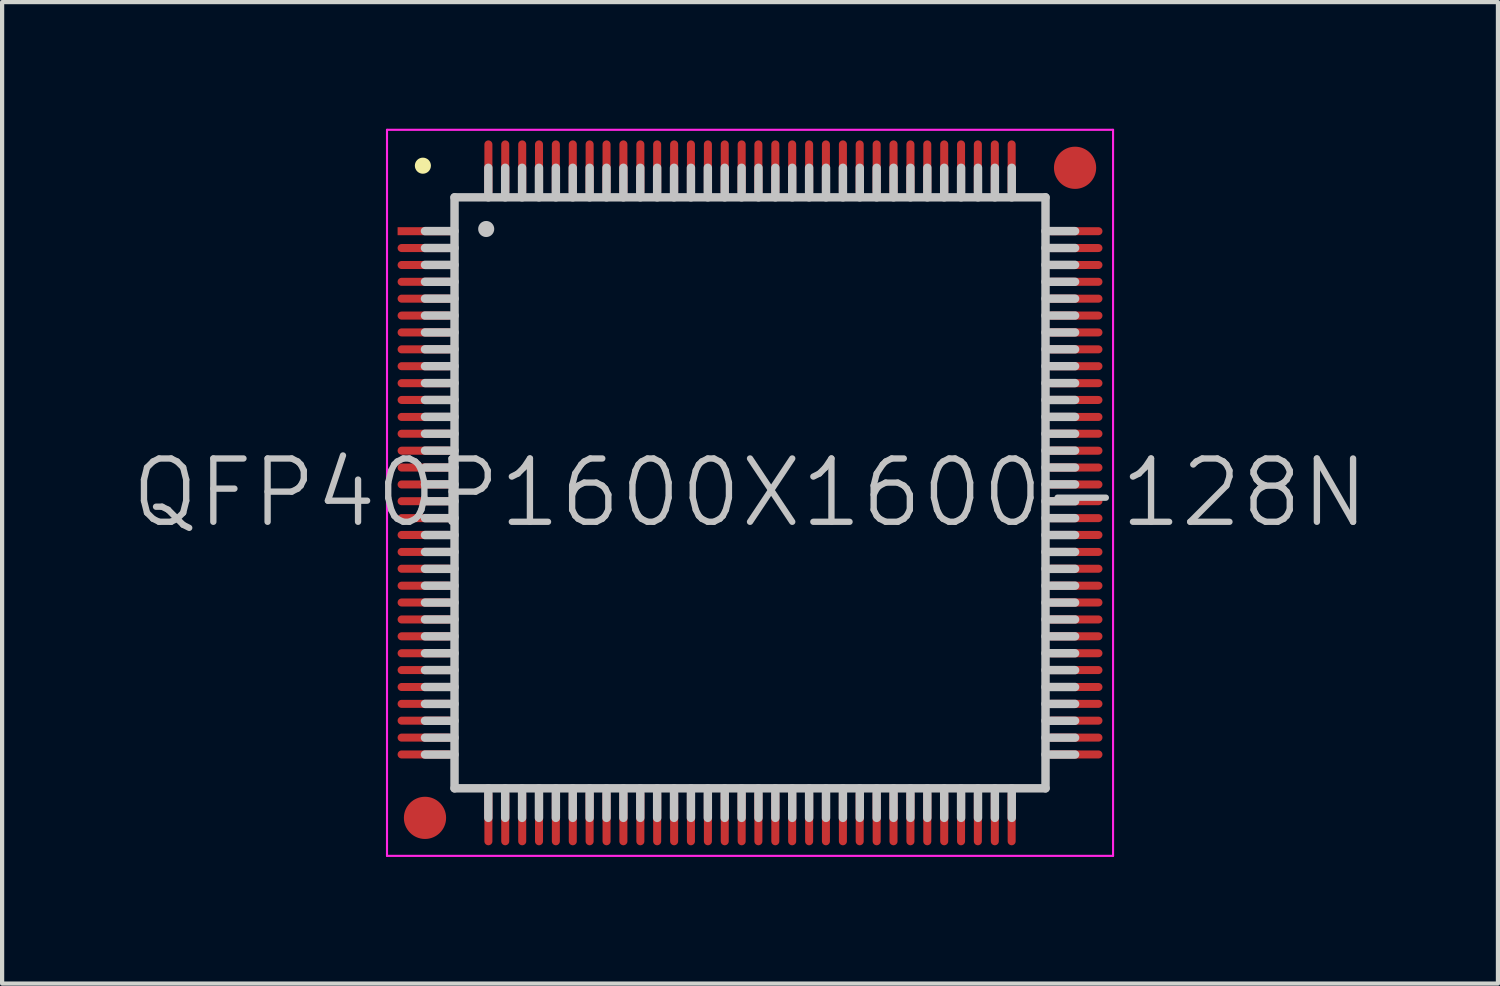
<source format=kicad_pcb>
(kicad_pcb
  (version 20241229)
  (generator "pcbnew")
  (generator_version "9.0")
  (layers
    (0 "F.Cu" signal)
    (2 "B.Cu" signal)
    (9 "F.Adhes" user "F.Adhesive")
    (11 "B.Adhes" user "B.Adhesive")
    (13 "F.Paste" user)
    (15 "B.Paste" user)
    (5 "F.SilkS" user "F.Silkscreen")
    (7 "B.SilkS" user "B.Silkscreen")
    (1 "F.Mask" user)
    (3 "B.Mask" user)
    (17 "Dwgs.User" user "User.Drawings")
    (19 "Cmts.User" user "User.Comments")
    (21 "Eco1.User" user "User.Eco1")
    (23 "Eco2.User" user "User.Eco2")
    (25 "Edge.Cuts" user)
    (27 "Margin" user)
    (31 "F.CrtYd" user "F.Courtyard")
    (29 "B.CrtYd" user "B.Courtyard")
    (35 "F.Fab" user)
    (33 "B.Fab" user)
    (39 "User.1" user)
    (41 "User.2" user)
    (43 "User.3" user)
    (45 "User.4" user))
  (footprint "QFP40P1600X1600-128N"
    (layer "F.Cu")
    (at 14.718 8.625)
    (property "Reference" "QFP40P1600X1600-128N" (at 0 0 0) (layer "Dwgs.User") (effects (font (size 1.5 1.5) (thickness 0.15))))
    (attr smd)
    (fp_line (start -7.75 -7.75) (end -7.75 -7.75) (stroke (width 0.381) (type solid)) (layer "F.SilkS"))
    (fp_line (start -7 -7) (end -7 7) (stroke (width 0.2) (type solid)) (layer "Dwgs.User"))
    (fp_line (start -7 -7) (end 7 -7) (stroke (width 0.2) (type solid)) (layer "Dwgs.User"))
    (fp_line (start -7 -6.2) (end -7.7 -6.2) (stroke (width 0.2) (type solid)) (layer "Dwgs.User"))
    (fp_line (start -7 -5.8) (end -7.7 -5.8) (stroke (width 0.2) (type solid)) (layer "Dwgs.User"))
    (fp_line (start -7 -5.4) (end -7.7 -5.4) (stroke (width 0.2) (type solid)) (layer "Dwgs.User"))
    (fp_line (start -7 -5) (end -7.7 -5) (stroke (width 0.2) (type solid)) (layer "Dwgs.User"))
    (fp_line (start -7 -4.6) (end -7.7 -4.6) (stroke (width 0.2) (type solid)) (layer "Dwgs.User"))
    (fp_line (start -7 -4.2) (end -7.7 -4.2) (stroke (width 0.2) (type solid)) (layer "Dwgs.User"))
    (fp_line (start -7 -3.8) (end -7.7 -3.8) (stroke (width 0.2) (type solid)) (layer "Dwgs.User"))
    (fp_line (start -7 -3.4) (end -7.7 -3.4) (stroke (width 0.2) (type solid)) (layer "Dwgs.User"))
    (fp_line (start -7 -3) (end -7.7 -3) (stroke (width 0.2) (type solid)) (layer "Dwgs.User"))
    (fp_line (start -7 -2.6) (end -7.7 -2.6) (stroke (width 0.2) (type solid)) (layer "Dwgs.User"))
    (fp_line (start -7 -2.2) (end -7.7 -2.2) (stroke (width 0.2) (type solid)) (layer "Dwgs.User"))
    (fp_line (start -7 -1.8) (end -7.7 -1.8) (stroke (width 0.2) (type solid)) (layer "Dwgs.User"))
    (fp_line (start -7 -1.4) (end -7.7 -1.4) (stroke (width 0.2) (type solid)) (layer "Dwgs.User"))
    (fp_line (start -7 -1) (end -7.7 -1) (stroke (width 0.2) (type solid)) (layer "Dwgs.User"))
    (fp_line (start -7 -0.6) (end -7.7 -0.6) (stroke (width 0.2) (type solid)) (layer "Dwgs.User"))
    (fp_line (start -7 -0.2) (end -7.7 -0.2) (stroke (width 0.2) (type solid)) (layer "Dwgs.User"))
    (fp_line (start -7 0.2) (end -7.7 0.2) (stroke (width 0.2) (type solid)) (layer "Dwgs.User"))
    (fp_line (start -7 0.6) (end -7.7 0.6) (stroke (width 0.2) (type solid)) (layer "Dwgs.User"))
    (fp_line (start -7 1) (end -7.7 1) (stroke (width 0.2) (type solid)) (layer "Dwgs.User"))
    (fp_line (start -7 1.4) (end -7.7 1.4) (stroke (width 0.2) (type solid)) (layer "Dwgs.User"))
    (fp_line (start -7 1.8) (end -7.7 1.8) (stroke (width 0.2) (type solid)) (layer "Dwgs.User"))
    (fp_line (start -7 2.2) (end -7.7 2.2) (stroke (width 0.2) (type solid)) (layer "Dwgs.User"))
    (fp_line (start -7 2.6) (end -7.7 2.6) (stroke (width 0.2) (type solid)) (layer "Dwgs.User"))
    (fp_line (start -7 3) (end -7.7 3) (stroke (width 0.2) (type solid)) (layer "Dwgs.User"))
    (fp_line (start -7 3.4) (end -7.7 3.4) (stroke (width 0.2) (type solid)) (layer "Dwgs.User"))
    (fp_line (start -7 3.8) (end -7.7 3.8) (stroke (width 0.2) (type solid)) (layer "Dwgs.User"))
    (fp_line (start -7 4.2) (end -7.7 4.2) (stroke (width 0.2) (type solid)) (layer "Dwgs.User"))
    (fp_line (start -7 4.6) (end -7.7 4.6) (stroke (width 0.2) (type solid)) (layer "Dwgs.User"))
    (fp_line (start -7 5) (end -7.7 5) (stroke (width 0.2) (type solid)) (layer "Dwgs.User"))
    (fp_line (start -7 5.4) (end -7.7 5.4) (stroke (width 0.2) (type solid)) (layer "Dwgs.User"))
    (fp_line (start -7 5.8) (end -7.7 5.8) (stroke (width 0.2) (type solid)) (layer "Dwgs.User"))
    (fp_line (start -7 6.2) (end -7.7 6.2) (stroke (width 0.2) (type solid)) (layer "Dwgs.User"))
    (fp_line (start -7 7) (end 7 7) (stroke (width 0.2) (type solid)) (layer "Dwgs.User"))
    (fp_line (start -6.25 -6.25) (end -6.25 -6.25) (stroke (width 0.381) (type solid)) (layer "Dwgs.User"))
    (fp_line (start -6.2 -7) (end -6.2 -7.7) (stroke (width 0.2) (type solid)) (layer "Dwgs.User"))
    (fp_line (start -6.2 7.7) (end -6.2 7) (stroke (width 0.2) (type solid)) (layer "Dwgs.User"))
    (fp_line (start -5.8 -7) (end -5.8 -7.7) (stroke (width 0.2) (type solid)) (layer "Dwgs.User"))
    (fp_line (start -5.8 7.7) (end -5.8 7) (stroke (width 0.2) (type solid)) (layer "Dwgs.User"))
    (fp_line (start -5.4 -7) (end -5.4 -7.7) (stroke (width 0.2) (type solid)) (layer "Dwgs.User"))
    (fp_line (start -5.4 7.7) (end -5.4 7) (stroke (width 0.2) (type solid)) (layer "Dwgs.User"))
    (fp_line (start -5 -7) (end -5 -7.7) (stroke (width 0.2) (type solid)) (layer "Dwgs.User"))
    (fp_line (start -5 7.7) (end -5 7) (stroke (width 0.2) (type solid)) (layer "Dwgs.User"))
    (fp_line (start -4.6 -7) (end -4.6 -7.7) (stroke (width 0.2) (type solid)) (layer "Dwgs.User"))
    (fp_line (start -4.6 7.7) (end -4.6 7) (stroke (width 0.2) (type solid)) (layer "Dwgs.User"))
    (fp_line (start -4.2 -7) (end -4.2 -7.7) (stroke (width 0.2) (type solid)) (layer "Dwgs.User"))
    (fp_line (start -4.2 7.7) (end -4.2 7) (stroke (width 0.2) (type solid)) (layer "Dwgs.User"))
    (fp_line (start -3.8 -7) (end -3.8 -7.7) (stroke (width 0.2) (type solid)) (layer "Dwgs.User"))
    (fp_line (start -3.8 7.7) (end -3.8 7) (stroke (width 0.2) (type solid)) (layer "Dwgs.User"))
    (fp_line (start -3.4 -7) (end -3.4 -7.7) (stroke (width 0.2) (type solid)) (layer "Dwgs.User"))
    (fp_line (start -3.4 7.7) (end -3.4 7) (stroke (width 0.2) (type solid)) (layer "Dwgs.User"))
    (fp_line (start -3 -7) (end -3 -7.7) (stroke (width 0.2) (type solid)) (layer "Dwgs.User"))
    (fp_line (start -3 7.7) (end -3 7) (stroke (width 0.2) (type solid)) (layer "Dwgs.User"))
    (fp_line (start -2.6 -7) (end -2.6 -7.7) (stroke (width 0.2) (type solid)) (layer "Dwgs.User"))
    (fp_line (start -2.6 7.7) (end -2.6 7) (stroke (width 0.2) (type solid)) (layer "Dwgs.User"))
    (fp_line (start -2.2 -7) (end -2.2 -7.7) (stroke (width 0.2) (type solid)) (layer "Dwgs.User"))
    (fp_line (start -2.2 7.7) (end -2.2 7) (stroke (width 0.2) (type solid)) (layer "Dwgs.User"))
    (fp_line (start -1.8 -7) (end -1.8 -7.7) (stroke (width 0.2) (type solid)) (layer "Dwgs.User"))
    (fp_line (start -1.8 7.7) (end -1.8 7) (stroke (width 0.2) (type solid)) (layer "Dwgs.User"))
    (fp_line (start -1.4 -7) (end -1.4 -7.7) (stroke (width 0.2) (type solid)) (layer "Dwgs.User"))
    (fp_line (start -1.4 7.7) (end -1.4 7) (stroke (width 0.2) (type solid)) (layer "Dwgs.User"))
    (fp_line (start -1 -7) (end -1 -7.7) (stroke (width 0.2) (type solid)) (layer "Dwgs.User"))
    (fp_line (start -1 7.7) (end -1 7) (stroke (width 0.2) (type solid)) (layer "Dwgs.User"))
    (fp_line (start -0.6 -7) (end -0.6 -7.7) (stroke (width 0.2) (type solid)) (layer "Dwgs.User"))
    (fp_line (start -0.6 7.7) (end -0.6 7) (stroke (width 0.2) (type solid)) (layer "Dwgs.User"))
    (fp_line (start -0.2 -7) (end -0.2 -7.7) (stroke (width 0.2) (type solid)) (layer "Dwgs.User"))
    (fp_line (start -0.2 7.7) (end -0.2 7) (stroke (width 0.2) (type solid)) (layer "Dwgs.User"))
    (fp_line (start 0.2 -7) (end 0.2 -7.7) (stroke (width 0.2) (type solid)) (layer "Dwgs.User"))
    (fp_line (start 0.2 7.7) (end 0.2 7) (stroke (width 0.2) (type solid)) (layer "Dwgs.User"))
    (fp_line (start 0.6 -7) (end 0.6 -7.7) (stroke (width 0.2) (type solid)) (layer "Dwgs.User"))
    (fp_line (start 0.6 7.7) (end 0.6 7) (stroke (width 0.2) (type solid)) (layer "Dwgs.User"))
    (fp_line (start 1 -7) (end 1 -7.7) (stroke (width 0.2) (type solid)) (layer "Dwgs.User"))
    (fp_line (start 1 7.7) (end 1 7) (stroke (width 0.2) (type solid)) (layer "Dwgs.User"))
    (fp_line (start 1.4 -7) (end 1.4 -7.7) (stroke (width 0.2) (type solid)) (layer "Dwgs.User"))
    (fp_line (start 1.4 7.7) (end 1.4 7) (stroke (width 0.2) (type solid)) (layer "Dwgs.User"))
    (fp_line (start 1.8 -7) (end 1.8 -7.7) (stroke (width 0.2) (type solid)) (layer "Dwgs.User"))
    (fp_line (start 1.8 7.7) (end 1.8 7) (stroke (width 0.2) (type solid)) (layer "Dwgs.User"))
    (fp_line (start 2.2 -7) (end 2.2 -7.7) (stroke (width 0.2) (type solid)) (layer "Dwgs.User"))
    (fp_line (start 2.2 7.7) (end 2.2 7) (stroke (width 0.2) (type solid)) (layer "Dwgs.User"))
    (fp_line (start 2.6 -7) (end 2.6 -7.7) (stroke (width 0.2) (type solid)) (layer "Dwgs.User"))
    (fp_line (start 2.6 7.7) (end 2.6 7) (stroke (width 0.2) (type solid)) (layer "Dwgs.User"))
    (fp_line (start 3 -7) (end 3 -7.7) (stroke (width 0.2) (type solid)) (layer "Dwgs.User"))
    (fp_line (start 3 7.7) (end 3 7) (stroke (width 0.2) (type solid)) (layer "Dwgs.User"))
    (fp_line (start 3.4 -7) (end 3.4 -7.7) (stroke (width 0.2) (type solid)) (layer "Dwgs.User"))
    (fp_line (start 3.4 7.7) (end 3.4 7) (stroke (width 0.2) (type solid)) (layer "Dwgs.User"))
    (fp_line (start 3.8 -7) (end 3.8 -7.7) (stroke (width 0.2) (type solid)) (layer "Dwgs.User"))
    (fp_line (start 3.8 7.7) (end 3.8 7) (stroke (width 0.2) (type solid)) (layer "Dwgs.User"))
    (fp_line (start 4.2 -7) (end 4.2 -7.7) (stroke (width 0.2) (type solid)) (layer "Dwgs.User"))
    (fp_line (start 4.2 7.7) (end 4.2 7) (stroke (width 0.2) (type solid)) (layer "Dwgs.User"))
    (fp_line (start 4.6 -7) (end 4.6 -7.7) (stroke (width 0.2) (type solid)) (layer "Dwgs.User"))
    (fp_line (start 4.6 7.7) (end 4.6 7) (stroke (width 0.2) (type solid)) (layer "Dwgs.User"))
    (fp_line (start 5 -7) (end 5 -7.7) (stroke (width 0.2) (type solid)) (layer "Dwgs.User"))
    (fp_line (start 5 7.7) (end 5 7) (stroke (width 0.2) (type solid)) (layer "Dwgs.User"))
    (fp_line (start 5.4 -7) (end 5.4 -7.7) (stroke (width 0.2) (type solid)) (layer "Dwgs.User"))
    (fp_line (start 5.4 7.7) (end 5.4 7) (stroke (width 0.2) (type solid)) (layer "Dwgs.User"))
    (fp_line (start 5.8 -7) (end 5.8 -7.7) (stroke (width 0.2) (type solid)) (layer "Dwgs.User"))
    (fp_line (start 5.8 7.7) (end 5.8 7) (stroke (width 0.2) (type solid)) (layer "Dwgs.User"))
    (fp_line (start 6.2 -7) (end 6.2 -7.7) (stroke (width 0.2) (type solid)) (layer "Dwgs.User"))
    (fp_line (start 6.2 7.7) (end 6.2 7) (stroke (width 0.2) (type solid)) (layer "Dwgs.User"))
    (fp_line (start 7 -7) (end 7 7) (stroke (width 0.2) (type solid)) (layer "Dwgs.User"))
    (fp_line (start 7.7 -6.2) (end 7 -6.2) (stroke (width 0.2) (type solid)) (layer "Dwgs.User"))
    (fp_line (start 7.7 -5.8) (end 7 -5.8) (stroke (width 0.2) (type solid)) (layer "Dwgs.User"))
    (fp_line (start 7.7 -5.4) (end 7 -5.4) (stroke (width 0.2) (type solid)) (layer "Dwgs.User"))
    (fp_line (start 7.7 -5) (end 7 -5) (stroke (width 0.2) (type solid)) (layer "Dwgs.User"))
    (fp_line (start 7.7 -4.6) (end 7 -4.6) (stroke (width 0.2) (type solid)) (layer "Dwgs.User"))
    (fp_line (start 7.7 -4.2) (end 7 -4.2) (stroke (width 0.2) (type solid)) (layer "Dwgs.User"))
    (fp_line (start 7.7 -3.8) (end 7 -3.8) (stroke (width 0.2) (type solid)) (layer "Dwgs.User"))
    (fp_line (start 7.7 -3.4) (end 7 -3.4) (stroke (width 0.2) (type solid)) (layer "Dwgs.User"))
    (fp_line (start 7.7 -3) (end 7 -3) (stroke (width 0.2) (type solid)) (layer "Dwgs.User"))
    (fp_line (start 7.7 -2.6) (end 7 -2.6) (stroke (width 0.2) (type solid)) (layer "Dwgs.User"))
    (fp_line (start 7.7 -2.2) (end 7 -2.2) (stroke (width 0.2) (type solid)) (layer "Dwgs.User"))
    (fp_line (start 7.7 -1.8) (end 7 -1.8) (stroke (width 0.2) (type solid)) (layer "Dwgs.User"))
    (fp_line (start 7.7 -1.4) (end 7 -1.4) (stroke (width 0.2) (type solid)) (layer "Dwgs.User"))
    (fp_line (start 7.7 -1) (end 7 -1) (stroke (width 0.2) (type solid)) (layer "Dwgs.User"))
    (fp_line (start 7.7 -0.6) (end 7 -0.6) (stroke (width 0.2) (type solid)) (layer "Dwgs.User"))
    (fp_line (start 7.7 -0.2) (end 7 -0.2) (stroke (width 0.2) (type solid)) (layer "Dwgs.User"))
    (fp_line (start 7.7 0.2) (end 7 0.2) (stroke (width 0.2) (type solid)) (layer "Dwgs.User"))
    (fp_line (start 7.7 0.6) (end 7 0.6) (stroke (width 0.2) (type solid)) (layer "Dwgs.User"))
    (fp_line (start 7.7 1) (end 7 1) (stroke (width 0.2) (type solid)) (layer "Dwgs.User"))
    (fp_line (start 7.7 1.4) (end 7 1.4) (stroke (width 0.2) (type solid)) (layer "Dwgs.User"))
    (fp_line (start 7.7 1.8) (end 7 1.8) (stroke (width 0.2) (type solid)) (layer "Dwgs.User"))
    (fp_line (start 7.7 2.2) (end 7 2.2) (stroke (width 0.2) (type solid)) (layer "Dwgs.User"))
    (fp_line (start 7.7 2.6) (end 7 2.6) (stroke (width 0.2) (type solid)) (layer "Dwgs.User"))
    (fp_line (start 7.7 3) (end 7 3) (stroke (width 0.2) (type solid)) (layer "Dwgs.User"))
    (fp_line (start 7.7 3.4) (end 7 3.4) (stroke (width 0.2) (type solid)) (layer "Dwgs.User"))
    (fp_line (start 7.7 3.8) (end 7 3.8) (stroke (width 0.2) (type solid)) (layer "Dwgs.User"))
    (fp_line (start 7.7 4.2) (end 7 4.2) (stroke (width 0.2) (type solid)) (layer "Dwgs.User"))
    (fp_line (start 7.7 4.6) (end 7 4.6) (stroke (width 0.2) (type solid)) (layer "Dwgs.User"))
    (fp_line (start 7.7 5) (end 7 5) (stroke (width 0.2) (type solid)) (layer "Dwgs.User"))
    (fp_line (start 7.7 5.4) (end 7 5.4) (stroke (width 0.2) (type solid)) (layer "Dwgs.User"))
    (fp_line (start 7.7 5.8) (end 7 5.8) (stroke (width 0.2) (type solid)) (layer "Dwgs.User"))
    (fp_line (start 7.7 6.2) (end 7 6.2) (stroke (width 0.2) (type solid)) (layer "Dwgs.User"))
    (fp_line (start -8.6 -8.6) (end -8.6 8.6) (stroke (width 0.05) (type solid)) (layer "F.CrtYd"))
    (fp_line (start -8.6 -8.6) (end 8.6 -8.6) (stroke (width 0.05) (type solid)) (layer "F.CrtYd"))
    (fp_line (start -8.6 8.6) (end 8.6 8.6) (stroke (width 0.05) (type solid)) (layer "F.CrtYd"))
    (fp_line (start 8.6 -8.6) (end 8.6 8.6) (stroke (width 0.05) (type solid)) (layer "F.CrtYd"))
    (pad "" smd circle (at -7.7 7.7) (size 1 1) (layers "F.Cu" "F.Mask"))
    (pad "" smd circle (at 7.7 -7.7) (size 1 1) (layers "F.Cu" "F.Mask"))
    (pad "1" smd rect (at -7.699 -6.198 90) (size 0.19 1.3) (layers "F.Cu" "F.Mask" "F.Paste"))
    (pad "2" smd oval (at -7.699 -5.799 90) (size 0.19 1.3) (layers "F.Cu" "F.Mask" "F.Paste"))
    (pad "3" smd oval (at -7.699 -5.397 90) (size 0.19 1.3) (layers "F.Cu" "F.Mask" "F.Paste"))
    (pad "4" smd oval (at -7.699 -4.999 90) (size 0.19 1.3) (layers "F.Cu" "F.Mask" "F.Paste"))
    (pad "5" smd oval (at -7.699 -4.6 90) (size 0.19 1.3) (layers "F.Cu" "F.Mask" "F.Paste"))
    (pad "6" smd oval (at -7.699 -4.199 90) (size 0.19 1.3) (layers "F.Cu" "F.Mask" "F.Paste"))
    (pad "7" smd oval (at -7.699 -3.8 90) (size 0.19 1.3) (layers "F.Cu" "F.Mask" "F.Paste"))
    (pad "8" smd oval (at -7.699 -3.399 90) (size 0.19 1.3) (layers "F.Cu" "F.Mask" "F.Paste"))
    (pad "9" smd oval (at -7.699 -3 90) (size 0.19 1.3) (layers "F.Cu" "F.Mask" "F.Paste"))
    (pad "10" smd oval (at -7.699 -2.598 90) (size 0.19 1.3) (layers "F.Cu" "F.Mask" "F.Paste"))
    (pad "11" smd oval (at -7.699 -2.2 90) (size 0.19 1.3) (layers "F.Cu" "F.Mask" "F.Paste"))
    (pad "12" smd oval (at -7.699 -1.798 90) (size 0.19 1.3) (layers "F.Cu" "F.Mask" "F.Paste"))
    (pad "13" smd oval (at -7.699 -1.4 90) (size 0.19 1.3) (layers "F.Cu" "F.Mask" "F.Paste"))
    (pad "14" smd oval (at -7.699 -0.998 90) (size 0.19 1.3) (layers "F.Cu" "F.Mask" "F.Paste"))
    (pad "15" smd oval (at -7.699 -0.599 90) (size 0.19 1.3) (layers "F.Cu" "F.Mask" "F.Paste"))
    (pad "16" smd oval (at -7.699 -0.198 90) (size 0.19 1.3) (layers "F.Cu" "F.Mask" "F.Paste"))
    (pad "17" smd oval (at -7.699 0.198 90) (size 0.19 1.3) (layers "F.Cu" "F.Mask" "F.Paste"))
    (pad "18" smd oval (at -7.699 0.599 90) (size 0.19 1.3) (layers "F.Cu" "F.Mask" "F.Paste"))
    (pad "19" smd oval (at -7.699 0.998 90) (size 0.19 1.3) (layers "F.Cu" "F.Mask" "F.Paste"))
    (pad "20" smd oval (at -7.699 1.4 90) (size 0.19 1.3) (layers "F.Cu" "F.Mask" "F.Paste"))
    (pad "21" smd oval (at -7.699 1.798 90) (size 0.19 1.3) (layers "F.Cu" "F.Mask" "F.Paste"))
    (pad "22" smd oval (at -7.699 2.2 90) (size 0.19 1.3) (layers "F.Cu" "F.Mask" "F.Paste"))
    (pad "23" smd oval (at -7.699 2.598 90) (size 0.19 1.3) (layers "F.Cu" "F.Mask" "F.Paste"))
    (pad "24" smd oval (at -7.699 3 90) (size 0.19 1.3) (layers "F.Cu" "F.Mask" "F.Paste"))
    (pad "25" smd oval (at -7.699 3.399 90) (size 0.19 1.3) (layers "F.Cu" "F.Mask" "F.Paste"))
    (pad "26" smd oval (at -7.699 3.8 90) (size 0.19 1.3) (layers "F.Cu" "F.Mask" "F.Paste"))
    (pad "27" smd oval (at -7.699 4.199 90) (size 0.19 1.3) (layers "F.Cu" "F.Mask" "F.Paste"))
    (pad "28" smd oval (at -7.699 4.6 90) (size 0.19 1.3) (layers "F.Cu" "F.Mask" "F.Paste"))
    (pad "29" smd oval (at -7.699 4.999 90) (size 0.19 1.3) (layers "F.Cu" "F.Mask" "F.Paste"))
    (pad "30" smd oval (at -7.699 5.397 90) (size 0.19 1.3) (layers "F.Cu" "F.Mask" "F.Paste"))
    (pad "31" smd oval (at -7.699 5.799 90) (size 0.19 1.3) (layers "F.Cu" "F.Mask" "F.Paste"))
    (pad "32" smd oval (at -7.699 6.198 90) (size 0.19 1.3) (layers "F.Cu" "F.Mask" "F.Paste"))
    (pad "33" smd oval (at -6.198 7.699 180) (size 0.19 1.3) (layers "F.Cu" "F.Mask" "F.Paste"))
    (pad "34" smd oval (at -5.799 7.699 180) (size 0.19 1.3) (layers "F.Cu" "F.Mask" "F.Paste"))
    (pad "35" smd oval (at -5.397 7.699 180) (size 0.19 1.3) (layers "F.Cu" "F.Mask" "F.Paste"))
    (pad "36" smd oval (at -4.999 7.699 180) (size 0.19 1.3) (layers "F.Cu" "F.Mask" "F.Paste"))
    (pad "37" smd oval (at -4.6 7.699 180) (size 0.19 1.3) (layers "F.Cu" "F.Mask" "F.Paste"))
    (pad "38" smd oval (at -4.199 7.699 180) (size 0.19 1.3) (layers "F.Cu" "F.Mask" "F.Paste"))
    (pad "39" smd oval (at -3.8 7.699 180) (size 0.19 1.3) (layers "F.Cu" "F.Mask" "F.Paste"))
    (pad "40" smd oval (at -3.399 7.699 180) (size 0.19 1.3) (layers "F.Cu" "F.Mask" "F.Paste"))
    (pad "41" smd oval (at -3 7.699 180) (size 0.19 1.3) (layers "F.Cu" "F.Mask" "F.Paste"))
    (pad "42" smd oval (at -2.598 7.699 180) (size 0.19 1.3) (layers "F.Cu" "F.Mask" "F.Paste"))
    (pad "43" smd oval (at -2.2 7.699 180) (size 0.19 1.3) (layers "F.Cu" "F.Mask" "F.Paste"))
    (pad "44" smd oval (at -1.798 7.699 180) (size 0.19 1.3) (layers "F.Cu" "F.Mask" "F.Paste"))
    (pad "45" smd oval (at -1.4 7.699 180) (size 0.19 1.3) (layers "F.Cu" "F.Mask" "F.Paste"))
    (pad "46" smd oval (at -0.998 7.699 180) (size 0.19 1.3) (layers "F.Cu" "F.Mask" "F.Paste"))
    (pad "47" smd oval (at -0.599 7.699 180) (size 0.19 1.3) (layers "F.Cu" "F.Mask" "F.Paste"))
    (pad "48" smd oval (at -0.198 7.699 180) (size 0.19 1.3) (layers "F.Cu" "F.Mask" "F.Paste"))
    (pad "49" smd oval (at 0.198 7.699 180) (size 0.19 1.3) (layers "F.Cu" "F.Mask" "F.Paste"))
    (pad "50" smd oval (at 0.599 7.699 180) (size 0.19 1.3) (layers "F.Cu" "F.Mask" "F.Paste"))
    (pad "51" smd oval (at 0.998 7.699 180) (size 0.19 1.3) (layers "F.Cu" "F.Mask" "F.Paste"))
    (pad "52" smd oval (at 1.4 7.699 180) (size 0.19 1.3) (layers "F.Cu" "F.Mask" "F.Paste"))
    (pad "53" smd oval (at 1.798 7.699 180) (size 0.19 1.3) (layers "F.Cu" "F.Mask" "F.Paste"))
    (pad "54" smd oval (at 2.2 7.699 180) (size 0.19 1.3) (layers "F.Cu" "F.Mask" "F.Paste"))
    (pad "55" smd oval (at 2.598 7.699 180) (size 0.19 1.3) (layers "F.Cu" "F.Mask" "F.Paste"))
    (pad "56" smd oval (at 3 7.699 180) (size 0.19 1.3) (layers "F.Cu" "F.Mask" "F.Paste"))
    (pad "57" smd oval (at 3.399 7.699 180) (size 0.19 1.3) (layers "F.Cu" "F.Mask" "F.Paste"))
    (pad "58" smd oval (at 3.8 7.699 180) (size 0.19 1.3) (layers "F.Cu" "F.Mask" "F.Paste"))
    (pad "59" smd oval (at 4.199 7.699 180) (size 0.19 1.3) (layers "F.Cu" "F.Mask" "F.Paste"))
    (pad "60" smd oval (at 4.6 7.699 180) (size 0.19 1.3) (layers "F.Cu" "F.Mask" "F.Paste"))
    (pad "61" smd oval (at 4.999 7.699 180) (size 0.19 1.3) (layers "F.Cu" "F.Mask" "F.Paste"))
    (pad "62" smd oval (at 5.397 7.699 180) (size 0.19 1.3) (layers "F.Cu" "F.Mask" "F.Paste"))
    (pad "63" smd oval (at 5.799 7.699 180) (size 0.19 1.3) (layers "F.Cu" "F.Mask" "F.Paste"))
    (pad "64" smd oval (at 6.198 7.699 180) (size 0.19 1.3) (layers "F.Cu" "F.Mask" "F.Paste"))
    (pad "65" smd oval (at 7.699 6.198 270) (size 0.19 1.3) (layers "F.Cu" "F.Mask" "F.Paste"))
    (pad "66" smd oval (at 7.699 5.799 270) (size 0.19 1.3) (layers "F.Cu" "F.Mask" "F.Paste"))
    (pad "67" smd oval (at 7.699 5.397 270) (size 0.19 1.3) (layers "F.Cu" "F.Mask" "F.Paste"))
    (pad "68" smd oval (at 7.699 4.999 270) (size 0.19 1.3) (layers "F.Cu" "F.Mask" "F.Paste"))
    (pad "69" smd oval (at 7.699 4.6 270) (size 0.19 1.3) (layers "F.Cu" "F.Mask" "F.Paste"))
    (pad "70" smd oval (at 7.699 4.199 270) (size 0.19 1.3) (layers "F.Cu" "F.Mask" "F.Paste"))
    (pad "71" smd oval (at 7.699 3.8 270) (size 0.19 1.3) (layers "F.Cu" "F.Mask" "F.Paste"))
    (pad "72" smd oval (at 7.699 3.399 270) (size 0.19 1.3) (layers "F.Cu" "F.Mask" "F.Paste"))
    (pad "73" smd oval (at 7.699 3 270) (size 0.19 1.3) (layers "F.Cu" "F.Mask" "F.Paste"))
    (pad "74" smd oval (at 7.699 2.598 270) (size 0.19 1.3) (layers "F.Cu" "F.Mask" "F.Paste"))
    (pad "75" smd oval (at 7.699 2.2 270) (size 0.19 1.3) (layers "F.Cu" "F.Mask" "F.Paste"))
    (pad "76" smd oval (at 7.699 1.798 270) (size 0.19 1.3) (layers "F.Cu" "F.Mask" "F.Paste"))
    (pad "77" smd oval (at 7.699 1.4 270) (size 0.19 1.3) (layers "F.Cu" "F.Mask" "F.Paste"))
    (pad "78" smd oval (at 7.699 0.998 270) (size 0.19 1.3) (layers "F.Cu" "F.Mask" "F.Paste"))
    (pad "79" smd oval (at 7.699 0.599 270) (size 0.19 1.3) (layers "F.Cu" "F.Mask" "F.Paste"))
    (pad "80" smd oval (at 7.699 0.198 270) (size 0.19 1.3) (layers "F.Cu" "F.Mask" "F.Paste"))
    (pad "81" smd oval (at 7.699 -0.198 270) (size 0.19 1.3) (layers "F.Cu" "F.Mask" "F.Paste"))
    (pad "82" smd oval (at 7.699 -0.599 270) (size 0.19 1.3) (layers "F.Cu" "F.Mask" "F.Paste"))
    (pad "83" smd oval (at 7.699 -0.998 270) (size 0.19 1.3) (layers "F.Cu" "F.Mask" "F.Paste"))
    (pad "84" smd oval (at 7.699 -1.4 270) (size 0.19 1.3) (layers "F.Cu" "F.Mask" "F.Paste"))
    (pad "85" smd oval (at 7.699 -1.798 270) (size 0.19 1.3) (layers "F.Cu" "F.Mask" "F.Paste"))
    (pad "86" smd oval (at 7.699 -2.2 270) (size 0.19 1.3) (layers "F.Cu" "F.Mask" "F.Paste"))
    (pad "87" smd oval (at 7.699 -2.598 270) (size 0.19 1.3) (layers "F.Cu" "F.Mask" "F.Paste"))
    (pad "88" smd oval (at 7.699 -3 270) (size 0.19 1.3) (layers "F.Cu" "F.Mask" "F.Paste"))
    (pad "89" smd oval (at 7.699 -3.399 270) (size 0.19 1.3) (layers "F.Cu" "F.Mask" "F.Paste"))
    (pad "90" smd oval (at 7.699 -3.8 270) (size 0.19 1.3) (layers "F.Cu" "F.Mask" "F.Paste"))
    (pad "91" smd oval (at 7.699 -4.199 270) (size 0.19 1.3) (layers "F.Cu" "F.Mask" "F.Paste"))
    (pad "92" smd oval (at 7.699 -4.6 270) (size 0.19 1.3) (layers "F.Cu" "F.Mask" "F.Paste"))
    (pad "93" smd oval (at 7.699 -4.999 270) (size 0.19 1.3) (layers "F.Cu" "F.Mask" "F.Paste"))
    (pad "94" smd oval (at 7.699 -5.397 270) (size 0.19 1.3) (layers "F.Cu" "F.Mask" "F.Paste"))
    (pad "95" smd oval (at 7.699 -5.799 270) (size 0.19 1.3) (layers "F.Cu" "F.Mask" "F.Paste"))
    (pad "96" smd oval (at 7.699 -6.198 270) (size 0.19 1.3) (layers "F.Cu" "F.Mask" "F.Paste"))
    (pad "97" smd oval (at 6.198 -7.699) (size 0.19 1.3) (layers "F.Cu" "F.Mask" "F.Paste"))
    (pad "98" smd oval (at 5.799 -7.699) (size 0.19 1.3) (layers "F.Cu" "F.Mask" "F.Paste"))
    (pad "99" smd oval (at 5.397 -7.699) (size 0.19 1.3) (layers "F.Cu" "F.Mask" "F.Paste"))
    (pad "100" smd oval (at 4.999 -7.699) (size 0.19 1.3) (layers "F.Cu" "F.Mask" "F.Paste"))
    (pad "101" smd oval (at 4.6 -7.699) (size 0.19 1.3) (layers "F.Cu" "F.Mask" "F.Paste"))
    (pad "102" smd oval (at 4.199 -7.699) (size 0.19 1.3) (layers "F.Cu" "F.Mask" "F.Paste"))
    (pad "103" smd oval (at 3.8 -7.699) (size 0.19 1.3) (layers "F.Cu" "F.Mask" "F.Paste"))
    (pad "104" smd oval (at 3.399 -7.699) (size 0.19 1.3) (layers "F.Cu" "F.Mask" "F.Paste"))
    (pad "105" smd oval (at 3 -7.699) (size 0.19 1.3) (layers "F.Cu" "F.Mask" "F.Paste"))
    (pad "106" smd oval (at 2.598 -7.699) (size 0.19 1.3) (layers "F.Cu" "F.Mask" "F.Paste"))
    (pad "107" smd oval (at 2.2 -7.699) (size 0.19 1.3) (layers "F.Cu" "F.Mask" "F.Paste"))
    (pad "108" smd oval (at 1.798 -7.699) (size 0.19 1.3) (layers "F.Cu" "F.Mask" "F.Paste"))
    (pad "109" smd oval (at 1.4 -7.699) (size 0.19 1.3) (layers "F.Cu" "F.Mask" "F.Paste"))
    (pad "110" smd oval (at 0.998 -7.699) (size 0.19 1.3) (layers "F.Cu" "F.Mask" "F.Paste"))
    (pad "111" smd oval (at 0.599 -7.699) (size 0.19 1.3) (layers "F.Cu" "F.Mask" "F.Paste"))
    (pad "112" smd oval (at 0.198 -7.699) (size 0.19 1.3) (layers "F.Cu" "F.Mask" "F.Paste"))
    (pad "113" smd oval (at -0.198 -7.699) (size 0.19 1.3) (layers "F.Cu" "F.Mask" "F.Paste"))
    (pad "114" smd oval (at -0.599 -7.699) (size 0.19 1.3) (layers "F.Cu" "F.Mask" "F.Paste"))
    (pad "115" smd oval (at -0.998 -7.699) (size 0.19 1.3) (layers "F.Cu" "F.Mask" "F.Paste"))
    (pad "116" smd oval (at -1.4 -7.699) (size 0.19 1.3) (layers "F.Cu" "F.Mask" "F.Paste"))
    (pad "117" smd oval (at -1.798 -7.699) (size 0.19 1.3) (layers "F.Cu" "F.Mask" "F.Paste"))
    (pad "118" smd oval (at -2.2 -7.699) (size 0.19 1.3) (layers "F.Cu" "F.Mask" "F.Paste"))
    (pad "119" smd oval (at -2.598 -7.699) (size 0.19 1.3) (layers "F.Cu" "F.Mask" "F.Paste"))
    (pad "120" smd oval (at -3 -7.699) (size 0.19 1.3) (layers "F.Cu" "F.Mask" "F.Paste"))
    (pad "121" smd oval (at -3.399 -7.699) (size 0.19 1.3) (layers "F.Cu" "F.Mask" "F.Paste"))
    (pad "122" smd oval (at -3.8 -7.699) (size 0.19 1.3) (layers "F.Cu" "F.Mask" "F.Paste"))
    (pad "123" smd oval (at -4.199 -7.699) (size 0.19 1.3) (layers "F.Cu" "F.Mask" "F.Paste"))
    (pad "124" smd oval (at -4.6 -7.699) (size 0.19 1.3) (layers "F.Cu" "F.Mask" "F.Paste"))
    (pad "125" smd oval (at -4.999 -7.699) (size 0.19 1.3) (layers "F.Cu" "F.Mask" "F.Paste"))
    (pad "126" smd oval (at -5.397 -7.699) (size 0.19 1.3) (layers "F.Cu" "F.Mask" "F.Paste"))
    (pad "127" smd oval (at -5.799 -7.699) (size 0.19 1.3) (layers "F.Cu" "F.Mask" "F.Paste"))
    (pad "128" smd oval (at -6.198 -7.699) (size 0.19 1.3) (layers "F.Cu" "F.Mask" "F.Paste")))
  (gr_rect
    (start -3 -3)
    (end 32.436 20.25)
    (stroke (width 0.1) (type default))
    (fill no)
    (layer "Edge.Cuts")))
</source>
